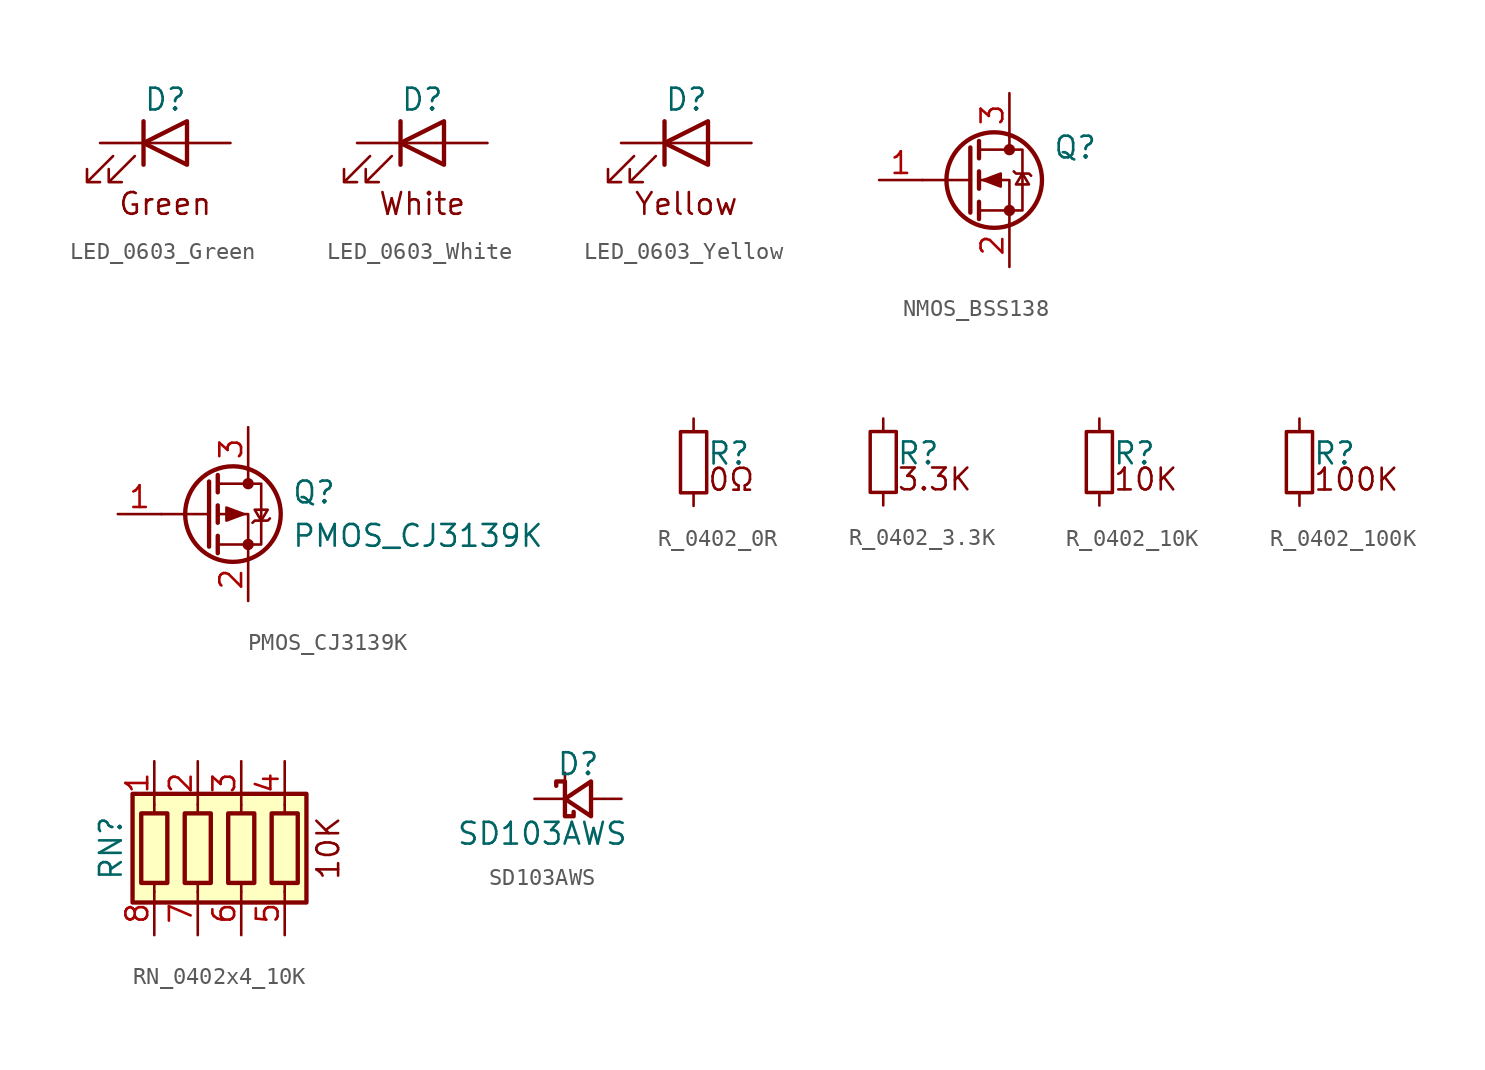
<source format=kicad_sym>
(kicad_symbol_lib
  (version 20211014)
  (generator kicad_symbol_editor)
  (symbol "LED_0603_Green"
    (pin_numbers hide)
    (pin_names
      (offset 1.016) hide)
    (property "Reference" "D"
      (at 0 2.54 0)
      (effects (font (size 1.27 1.27))))
    (symbol "LED_0603_Green_0_0"
      (text "Green" (at 0 -3.556 0) (effects (font (size 1.27 1.27)))))
    (symbol "LED_0603_Green_0_1"
      (polyline (pts (xy -1.27 -1.27) (xy -1.27 1.27)) (stroke (width 0.254) (type default) (color 0 0 0 0)) (fill (type none)))
      (polyline (pts (xy -1.27 0) (xy 1.27 0)) (stroke (width 0) (type default) (color 0 0 0 0)) (fill (type none)))
      (polyline (pts (xy 1.27 -1.27) (xy 1.27 1.27) (xy -1.27 0) (xy 1.27 -1.27)) (stroke (width 0.254) (type default) (color 0 0 0 0)) (fill (type none)))
      (polyline (pts (xy -3.048 -0.762) (xy -4.572 -2.286) (xy -3.81 -2.286) (xy -4.572 -2.286) (xy -4.572 -1.524)) (stroke (width 0) (type default) (color 0 0 0 0)) (fill (type none)))
      (polyline (pts (xy -1.778 -0.762) (xy -3.302 -2.286) (xy -2.54 -2.286) (xy -3.302 -2.286) (xy -3.302 -1.524)) (stroke (width 0) (type default) (color 0 0 0 0)) (fill (type none))))
    (symbol "LED_0603_Green_1_1"
      (pin passive line (at -3.81 0 0) (length 2.54) (name "K" (effects (font (size 1.27 1.27)))) (number "1" (effects (font (size 1.27 1.27)))))
      (pin passive line (at 3.81 0 180) (length 2.54) (name "A" (effects (font (size 1.27 1.27)))) (number "2" (effects (font (size 1.27 1.27)))))))
  (symbol "LED_0603_White"
    (pin_numbers hide)
    (pin_names
      (offset 1.016) hide)
    (property "Reference" "D"
      (at 0 2.54 0)
      (effects (font (size 1.27 1.27))))
    (symbol "LED_0603_White_0_0"
      (text "White" (at 0 -3.556 0) (effects (font (size 1.27 1.27)))))
    (symbol "LED_0603_White_0_1"
      (polyline (pts (xy -1.27 -1.27) (xy -1.27 1.27)) (stroke (width 0.254) (type default) (color 0 0 0 0)) (fill (type none)))
      (polyline (pts (xy -1.27 0) (xy 1.27 0)) (stroke (width 0) (type default) (color 0 0 0 0)) (fill (type none)))
      (polyline (pts (xy 1.27 -1.27) (xy 1.27 1.27) (xy -1.27 0) (xy 1.27 -1.27)) (stroke (width 0.254) (type default) (color 0 0 0 0)) (fill (type none)))
      (polyline (pts (xy -3.048 -0.762) (xy -4.572 -2.286) (xy -3.81 -2.286) (xy -4.572 -2.286) (xy -4.572 -1.524)) (stroke (width 0) (type default) (color 0 0 0 0)) (fill (type none)))
      (polyline (pts (xy -1.778 -0.762) (xy -3.302 -2.286) (xy -2.54 -2.286) (xy -3.302 -2.286) (xy -3.302 -1.524)) (stroke (width 0) (type default) (color 0 0 0 0)) (fill (type none))))
    (symbol "LED_0603_White_1_1"
      (pin passive line (at -3.81 0 0) (length 2.54) (name "K" (effects (font (size 1.27 1.27)))) (number "1" (effects (font (size 1.27 1.27)))))
      (pin passive line (at 3.81 0 180) (length 2.54) (name "A" (effects (font (size 1.27 1.27)))) (number "2" (effects (font (size 1.27 1.27)))))))
  (symbol "LED_0603_Yellow"
    (pin_numbers hide)
    (pin_names
      (offset 1.016) hide)
    (property "Reference" "D"
      (at 0 2.54 0)
      (effects (font (size 1.27 1.27))))
    (symbol "LED_0603_Yellow_0_0"
      (text "Yellow" (at 0 -3.556 0) (effects (font (size 1.27 1.27)))))
    (symbol "LED_0603_Yellow_0_1"
      (polyline (pts (xy -1.27 -1.27) (xy -1.27 1.27)) (stroke (width 0.254) (type default) (color 0 0 0 0)) (fill (type none)))
      (polyline (pts (xy -1.27 0) (xy 1.27 0)) (stroke (width 0) (type default) (color 0 0 0 0)) (fill (type none)))
      (polyline (pts (xy 1.27 -1.27) (xy 1.27 1.27) (xy -1.27 0) (xy 1.27 -1.27)) (stroke (width 0.254) (type default) (color 0 0 0 0)) (fill (type none)))
      (polyline (pts (xy -3.048 -0.762) (xy -4.572 -2.286) (xy -3.81 -2.286) (xy -4.572 -2.286) (xy -4.572 -1.524)) (stroke (width 0) (type default) (color 0 0 0 0)) (fill (type none)))
      (polyline (pts (xy -1.778 -0.762) (xy -3.302 -2.286) (xy -2.54 -2.286) (xy -3.302 -2.286) (xy -3.302 -1.524)) (stroke (width 0) (type default) (color 0 0 0 0)) (fill (type none))))
    (symbol "LED_0603_Yellow_1_1"
      (pin passive line (at -3.81 0 0) (length 2.54) (name "K" (effects (font (size 1.27 1.27)))) (number "1" (effects (font (size 1.27 1.27)))))
      (pin passive line (at 3.81 0 180) (length 2.54) (name "A" (effects (font (size 1.27 1.27)))) (number "2" (effects (font (size 1.27 1.27)))))))
  (symbol "NMOS_BSS138"
    (pin_names hide)
    (property "Reference" "Q"
      (at 5.08 1.905 0)
      (effects (font (size 1.27 1.27)) (justify left)))
    (symbol "NMOS_BSS138_0_1"
      (polyline (pts (xy 0.254 0) (xy -2.54 0)) (stroke (width 0) (type default) (color 0 0 0 0)) (fill (type none)))
      (polyline (pts (xy 0.254 1.905) (xy 0.254 -1.905)) (stroke (width 0.254) (type default) (color 0 0 0 0)) (fill (type none)))
      (polyline (pts (xy 0.762 -1.27) (xy 0.762 -2.286)) (stroke (width 0.254) (type default) (color 0 0 0 0)) (fill (type none)))
      (polyline (pts (xy 0.762 0.508) (xy 0.762 -0.508)) (stroke (width 0.254) (type default) (color 0 0 0 0)) (fill (type none)))
      (polyline (pts (xy 0.762 2.286) (xy 0.762 1.27)) (stroke (width 0.254) (type default) (color 0 0 0 0)) (fill (type none)))
      (polyline (pts (xy 2.54 2.54) (xy 2.54 1.778)) (stroke (width 0) (type default) (color 0 0 0 0)) (fill (type none)))
      (polyline (pts (xy 2.54 -2.54) (xy 2.54 0) (xy 0.762 0)) (stroke (width 0) (type default) (color 0 0 0 0)) (fill (type none)))
      (polyline (pts (xy 0.762 -1.778) (xy 3.302 -1.778) (xy 3.302 1.778) (xy 0.762 1.778)) (stroke (width 0) (type default) (color 0 0 0 0)) (fill (type none)))
      (polyline (pts (xy 1.016 0) (xy 2.032 0.381) (xy 2.032 -0.381) (xy 1.016 0)) (stroke (width 0) (type default) (color 0 0 0 0)) (fill (type outline)))
      (polyline (pts (xy 2.794 0.508) (xy 2.921 0.381) (xy 3.683 0.381) (xy 3.81 0.254)) (stroke (width 0) (type default) (color 0 0 0 0)) (fill (type none)))
      (polyline (pts (xy 3.302 0.381) (xy 2.921 -0.254) (xy 3.683 -0.254) (xy 3.302 0.381)) (stroke (width 0) (type default) (color 0 0 0 0)) (fill (type none)))
      (circle (center 1.651 0) (radius 2.794) (stroke (width 0.254) (type default) (color 0 0 0 0)) (fill (type none)))
      (circle (center 2.54 -1.778) (radius 0.254) (stroke (width 0) (type default) (color 0 0 0 0)) (fill (type outline)))
      (circle (center 2.54 1.778) (radius 0.254) (stroke (width 0) (type default) (color 0 0 0 0)) (fill (type outline))))
    (symbol "NMOS_BSS138_1_1"
      (pin input line (at -5.08 0 0) (length 2.54) (name "G" (effects (font (size 1.27 1.27)))) (number "1" (effects (font (size 1.27 1.27)))))
      (pin passive line (at 2.54 -5.08 90) (length 2.54) (name "S" (effects (font (size 1.27 1.27)))) (number "2" (effects (font (size 1.27 1.27)))))
      (pin passive line (at 2.54 5.08 270) (length 2.54) (name "D" (effects (font (size 1.27 1.27)))) (number "3" (effects (font (size 1.27 1.27)))))))
  (symbol "PMOS_CJ3139K"
    (pin_names
      (offset 0) hide)
    (property "Reference" "Q"
      (at 5.08 1.27 0)
      (effects (font (size 1.27 1.27)) (justify left)))
    (property "Value" "PMOS_CJ3139K"
      (at 5.08 -1.27 0)
      (effects (font (size 1.27 1.27)) (justify left)))
    (symbol "PMOS_CJ3139K_0_1"
      (polyline (pts (xy 0.254 0) (xy -2.54 0)) (stroke (width 0) (type default) (color 0 0 0 0)) (fill (type none)))
      (polyline (pts (xy 0.254 1.905) (xy 0.254 -1.905)) (stroke (width 0.254) (type default) (color 0 0 0 0)) (fill (type none)))
      (polyline (pts (xy 0.762 -1.27) (xy 0.762 -2.286)) (stroke (width 0.254) (type default) (color 0 0 0 0)) (fill (type none)))
      (polyline (pts (xy 0.762 0.508) (xy 0.762 -0.508)) (stroke (width 0.254) (type default) (color 0 0 0 0)) (fill (type none)))
      (polyline (pts (xy 0.762 2.286) (xy 0.762 1.27)) (stroke (width 0.254) (type default) (color 0 0 0 0)) (fill (type none)))
      (polyline (pts (xy 2.54 2.54) (xy 2.54 1.778)) (stroke (width 0) (type default) (color 0 0 0 0)) (fill (type none)))
      (polyline (pts (xy 2.54 -2.54) (xy 2.54 0) (xy 0.762 0)) (stroke (width 0) (type default) (color 0 0 0 0)) (fill (type none)))
      (polyline (pts (xy 0.762 1.778) (xy 3.302 1.778) (xy 3.302 -1.778) (xy 0.762 -1.778)) (stroke (width 0) (type default) (color 0 0 0 0)) (fill (type none)))
      (polyline (pts (xy 2.286 0) (xy 1.27 0.381) (xy 1.27 -0.381) (xy 2.286 0)) (stroke (width 0) (type default) (color 0 0 0 0)) (fill (type outline)))
      (polyline (pts (xy 2.794 -0.508) (xy 2.921 -0.381) (xy 3.683 -0.381) (xy 3.81 -0.254)) (stroke (width 0) (type default) (color 0 0 0 0)) (fill (type none)))
      (polyline (pts (xy 3.302 -0.381) (xy 2.921 0.254) (xy 3.683 0.254) (xy 3.302 -0.381)) (stroke (width 0) (type default) (color 0 0 0 0)) (fill (type none)))
      (circle (center 1.651 0) (radius 2.794) (stroke (width 0.254) (type default) (color 0 0 0 0)) (fill (type none)))
      (circle (center 2.54 -1.778) (radius 0.254) (stroke (width 0) (type default) (color 0 0 0 0)) (fill (type outline)))
      (circle (center 2.54 1.778) (radius 0.254) (stroke (width 0) (type default) (color 0 0 0 0)) (fill (type outline))))
    (symbol "PMOS_CJ3139K_1_1"
      (pin input line (at -5.08 0 0) (length 2.54) (name "G" (effects (font (size 1.27 1.27)))) (number "1" (effects (font (size 1.27 1.27)))))
      (pin passive line (at 2.54 -5.08 90) (length 2.54) (name "S" (effects (font (size 1.27 1.27)))) (number "2" (effects (font (size 1.27 1.27)))))
      (pin passive line (at 2.54 5.08 270) (length 2.54) (name "D" (effects (font (size 1.27 1.27)))) (number "3" (effects (font (size 1.27 1.27)))))))
  (symbol "R_0402_0R"
    (pin_numbers hide)
    (pin_names
      (offset 0.254) hide)
    (property "Reference" "R"
      (at 0.762 0.508 0)
      (effects (font (size 1.27 1.27)) (justify left)))
    (symbol "R_0402_0R_0_0"
      (text "0Ω" (at 0.762 -1.016 0) (effects (font (size 1.27 1.27)) (justify left))))
    (symbol "R_0402_0R_0_1"
      (rectangle (start -0.762 1.778) (end 0.762 -1.778) (stroke (width 0.203) (type default) (color 0 0 0 0)) (fill (type none))))
    (symbol "R_0402_0R_1_1"
      (pin passive line (at 0 2.54 270) (length 0.762) (name "~" (effects (font (size 1.27 1.27)))) (number "1" (effects (font (size 1.27 1.27)))))
      (pin passive line (at 0 -2.54 90) (length 0.762) (name "~" (effects (font (size 1.27 1.27)))) (number "2" (effects (font (size 1.27 1.27)))))))
  (symbol "R_0402_3.3K"
    (pin_numbers hide)
    (pin_names
      (offset 0.254) hide)
    (property "Reference" "R"
      (at 0.762 0.508 0)
      (effects (font (size 1.27 1.27)) (justify left)))
    (symbol "R_0402_3.3K_0_0"
      (text "3.3K" (at 0.762 -1.016 0) (effects (font (size 1.27 1.27)) (justify left))))
    (symbol "R_0402_3.3K_0_1"
      (rectangle (start -0.762 1.778) (end 0.762 -1.778) (stroke (width 0.203) (type default) (color 0 0 0 0)) (fill (type none))))
    (symbol "R_0402_3.3K_1_1"
      (pin passive line (at 0 2.54 270) (length 0.762) (name "~" (effects (font (size 1.27 1.27)))) (number "1" (effects (font (size 1.27 1.27)))))
      (pin passive line (at 0 -2.54 90) (length 0.762) (name "~" (effects (font (size 1.27 1.27)))) (number "2" (effects (font (size 1.27 1.27)))))))
  (symbol "R_0402_10K"
    (pin_numbers hide)
    (pin_names
      (offset 0.254) hide)
    (property "Reference" "R"
      (at 0.762 0.508 0)
      (effects (font (size 1.27 1.27)) (justify left)))
    (symbol "R_0402_10K_0_0"
      (text "10K" (at 0.762 -1.016 0) (effects (font (size 1.27 1.27)) (justify left))))
    (symbol "R_0402_10K_0_1"
      (rectangle (start -0.762 1.778) (end 0.762 -1.778) (stroke (width 0.203) (type default) (color 0 0 0 0)) (fill (type none))))
    (symbol "R_0402_10K_1_1"
      (pin passive line (at 0 2.54 270) (length 0.762) (name "~" (effects (font (size 1.27 1.27)))) (number "1" (effects (font (size 1.27 1.27)))))
      (pin passive line (at 0 -2.54 90) (length 0.762) (name "~" (effects (font (size 1.27 1.27)))) (number "2" (effects (font (size 1.27 1.27)))))))
  (symbol "R_0402_100K"
    (pin_numbers hide)
    (pin_names
      (offset 0.254) hide)
    (property "Reference" "R"
      (at 0.762 0.508 0)
      (effects (font (size 1.27 1.27)) (justify left)))
    (symbol "R_0402_100K_0_0"
      (text "100K" (at 0.762 -1.016 0) (effects (font (size 1.27 1.27)) (justify left))))
    (symbol "R_0402_100K_0_1"
      (rectangle (start -0.762 1.778) (end 0.762 -1.778) (stroke (width 0.203) (type default) (color 0 0 0 0)) (fill (type none))))
    (symbol "R_0402_100K_1_1"
      (pin passive line (at 0 2.54 270) (length 0.762) (name "~" (effects (font (size 1.27 1.27)))) (number "1" (effects (font (size 1.27 1.27)))))
      (pin passive line (at 0 -2.54 90) (length 0.762) (name "~" (effects (font (size 1.27 1.27)))) (number "2" (effects (font (size 1.27 1.27)))))))
  (symbol "RN_0402x4_10K"
    (pin_names
      (offset 0) hide)
    (property "Reference" "RN"
      (at -7.62 0 90)
      (effects (font (size 1.27 1.27))))
    (symbol "RN_0402x4_10K_0_0"
      (text "10K" (at 5.08 0 900) (effects (font (size 1.27 1.27))))
      (pin passive line (at 0 -5.08 90) (length 2.54) (name "R3_B" (effects (font (size 1.27 1.27)))) (number "6" (effects (font (size 1.27 1.27)))))
      (pin passive line (at -2.54 -5.08 90) (length 2.54) (name "R2_B" (effects (font (size 1.27 1.27)))) (number "7" (effects (font (size 1.27 1.27)))))
      (pin passive line (at -5.08 -5.08 90) (length 2.54) (name "R1_B" (effects (font (size 1.27 1.27)))) (number "8" (effects (font (size 1.27 1.27))))))
    (symbol "RN_0402x4_10K_0_1"
      (rectangle (start -6.35 -3.175) (end 3.81 3.175) (stroke (width 0.254) (type default) (color 0 0 0 0)) (fill (type background)))
      (rectangle (start -5.842 2.032) (end -4.318 -2.032) (stroke (width 0.254) (type default) (color 0 0 0 0)) (fill (type none)))
      (rectangle (start -3.302 2.032) (end -1.778 -2.032) (stroke (width 0.254) (type default) (color 0 0 0 0)) (fill (type none)))
      (rectangle (start -0.762 2.032) (end 0.762 -2.032) (stroke (width 0.254) (type default) (color 0 0 0 0)) (fill (type none)))
      (polyline (pts (xy -5.08 -2.032) (xy -5.08 -2.54)) (stroke (width 0) (type default) (color 0 0 0 0)) (fill (type none)))
      (polyline (pts (xy -5.08 2.54) (xy -5.08 2.032)) (stroke (width 0) (type default) (color 0 0 0 0)) (fill (type none)))
      (polyline (pts (xy -2.54 -2.032) (xy -2.54 -2.54)) (stroke (width 0) (type default) (color 0 0 0 0)) (fill (type none)))
      (polyline (pts (xy -2.54 2.54) (xy -2.54 2.032)) (stroke (width 0) (type default) (color 0 0 0 0)) (fill (type none)))
      (polyline (pts (xy 0 -2.032) (xy 0 -2.54)) (stroke (width 0) (type default) (color 0 0 0 0)) (fill (type none)))
      (polyline (pts (xy 0 2.54) (xy 0 2.032)) (stroke (width 0) (type default) (color 0 0 0 0)) (fill (type none)))
      (polyline (pts (xy 2.54 -2.032) (xy 2.54 -2.54)) (stroke (width 0) (type default) (color 0 0 0 0)) (fill (type none)))
      (polyline (pts (xy 2.54 2.54) (xy 2.54 2.032)) (stroke (width 0) (type default) (color 0 0 0 0)) (fill (type none)))
      (rectangle (start 1.778 2.032) (end 3.302 -2.032) (stroke (width 0.254) (type default) (color 0 0 0 0)) (fill (type none))))
    (symbol "RN_0402x4_10K_1_1"
      (pin passive line (at -5.08 5.08 270) (length 2.54) (name "R1_T" (effects (font (size 1.27 1.27)))) (number "1" (effects (font (size 1.27 1.27)))))
      (pin passive line (at -2.54 5.08 270) (length 2.54) (name "R2_T" (effects (font (size 1.27 1.27)))) (number "2" (effects (font (size 1.27 1.27)))))
      (pin passive line (at 0 5.08 270) (length 2.54) (name "R3_T" (effects (font (size 1.27 1.27)))) (number "3" (effects (font (size 1.27 1.27)))))
      (pin passive line (at 2.54 5.08 270) (length 2.54) (name "R4_T" (effects (font (size 1.27 1.27)))) (number "4" (effects (font (size 1.27 1.27)))))
      (pin passive line (at 2.54 -5.08 90) (length 2.54) (name "R4_B" (effects (font (size 1.27 1.27)))) (number "5" (effects (font (size 1.27 1.27)))))))
  (symbol "SD103AWS"
    (pin_numbers hide)
    (pin_names
      (offset 0.254) hide)
    (property "Reference" "D"
      (at -1.27 2.032 0)
      (effects (font (size 1.27 1.27)) (justify left)))
    (property "Value" "SD103AWS"
      (at -7.112 -2.032 0)
      (effects (font (size 1.27 1.27)) (justify left)))
    (symbol "SD103AWS_0_1"
      (polyline (pts (xy -0.762 0) (xy -0.762 1.524)) (stroke (width 0) (type default) (color 0 0 0 0)) (fill (type none)))
      (polyline (pts (xy 0.762 -1.016) (xy -0.762 0) (xy 0.762 1.016) (xy 0.762 -1.016)) (stroke (width 0.254) (type default) (color 0 0 0 0)) (fill (type none)))
      (polyline (pts (xy -1.27 0.762) (xy -1.27 1.016) (xy -0.762 1.016) (xy -0.762 -1.016) (xy -0.254 -1.016) (xy -0.254 -0.762)) (stroke (width 0.254) (type default) (color 0 0 0 0)) (fill (type none))))
    (symbol "SD103AWS_1_1"
      (pin passive line (at -2.54 0 0) (length 1.778) (name "K" (effects (font (size 1.27 1.27)))) (number "1" (effects (font (size 1.27 1.27)))))
      (pin passive line (at 2.54 0 180) (length 1.778) (name "A" (effects (font (size 1.27 1.27)))) (number "2" (effects (font (size 1.27 1.27))))))))
</source>
